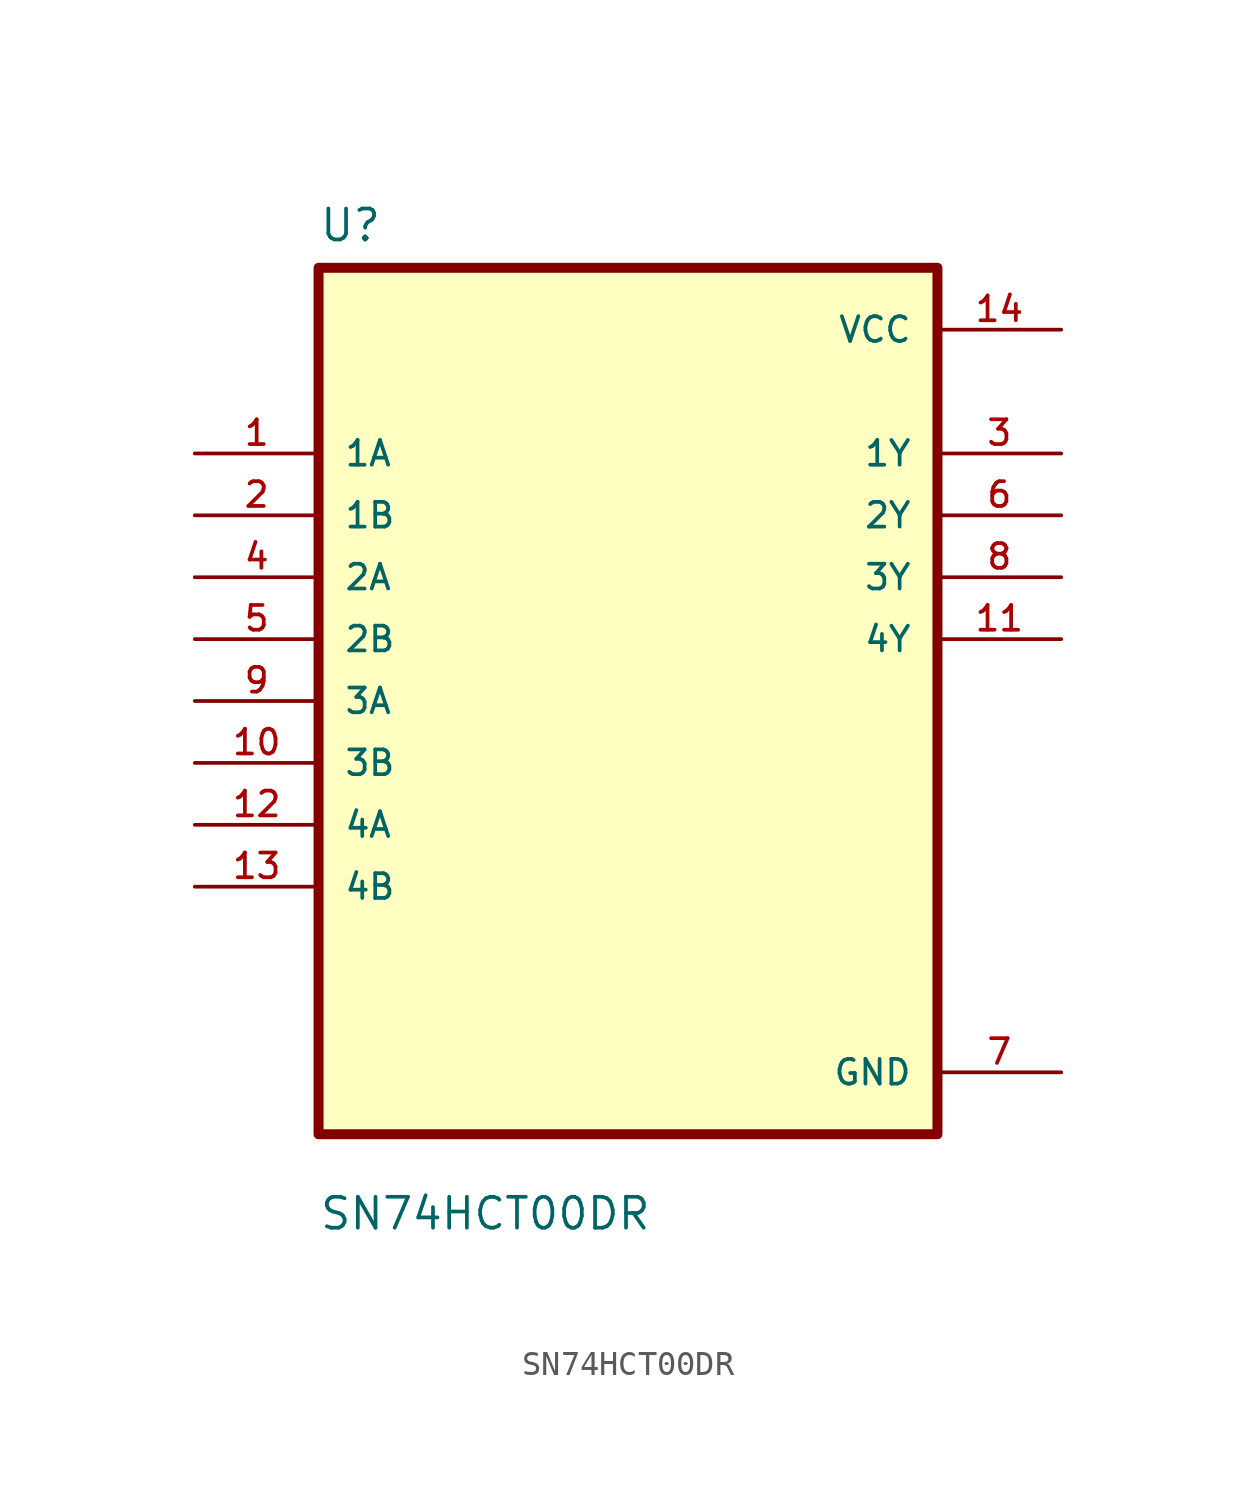
<source format=kicad_sym>
(kicad_symbol_lib
  (version 20211014)
  (generator kicad_symbol_editor)
  (symbol "SN74HCT00DR"
    (pin_names
      (offset 1.016))
    (property "Reference" "U"
      (at -12.7 18.78 0.0)
      (effects (font (size 1.27 1.27)) (justify bottom left)))
    (property "Value" "SN74HCT00DR"
      (at -12.7 -21.78 0.0)
      (effects (font (size 1.27 1.27)) (justify bottom left)))
    (symbol "SN74HCT00DR_0_0"
      (rectangle (start -12.7 -17.78) (end 12.7 17.78) (stroke (width 0.41)) (fill (type background)))
      (pin input line (at -17.78 10.16 0) (length 5.08) (name "1A" (effects (font (size 1.016 1.016)))) (number "1" (effects (font (size 1.016 1.016)))))
      (pin input line (at -17.78 7.62 0) (length 5.08) (name "1B" (effects (font (size 1.016 1.016)))) (number "2" (effects (font (size 1.016 1.016)))))
      (pin input line (at -17.78 5.08 0) (length 5.08) (name "2A" (effects (font (size 1.016 1.016)))) (number "4" (effects (font (size 1.016 1.016)))))
      (pin input line (at -17.78 2.54 0) (length 5.08) (name "2B" (effects (font (size 1.016 1.016)))) (number "5" (effects (font (size 1.016 1.016)))))
      (pin input line (at -17.78 0.0 0) (length 5.08) (name "3A" (effects (font (size 1.016 1.016)))) (number "9" (effects (font (size 1.016 1.016)))))
      (pin input line (at -17.78 -2.54 0) (length 5.08) (name "3B" (effects (font (size 1.016 1.016)))) (number "10" (effects (font (size 1.016 1.016)))))
      (pin input line (at -17.78 -5.08 0) (length 5.08) (name "4A" (effects (font (size 1.016 1.016)))) (number "12" (effects (font (size 1.016 1.016)))))
      (pin input line (at -17.78 -7.62 0) (length 5.08) (name "4B" (effects (font (size 1.016 1.016)))) (number "13" (effects (font (size 1.016 1.016)))))
      (pin power_in line (at 17.78 15.24 180.0) (length 5.08) (name "VCC" (effects (font (size 1.016 1.016)))) (number "14" (effects (font (size 1.016 1.016)))))
      (pin output line (at 17.78 10.16 180.0) (length 5.08) (name "1Y" (effects (font (size 1.016 1.016)))) (number "3" (effects (font (size 1.016 1.016)))))
      (pin output line (at 17.78 7.62 180.0) (length 5.08) (name "2Y" (effects (font (size 1.016 1.016)))) (number "6" (effects (font (size 1.016 1.016)))))
      (pin output line (at 17.78 5.08 180.0) (length 5.08) (name "3Y" (effects (font (size 1.016 1.016)))) (number "8" (effects (font (size 1.016 1.016)))))
      (pin output line (at 17.78 2.54 180.0) (length 5.08) (name "4Y" (effects (font (size 1.016 1.016)))) (number "11" (effects (font (size 1.016 1.016)))))
      (pin power_in line (at 17.78 -15.24 180.0) (length 5.08) (name "GND" (effects (font (size 1.016 1.016)))) (number "7" (effects (font (size 1.016 1.016))))))))
</source>
